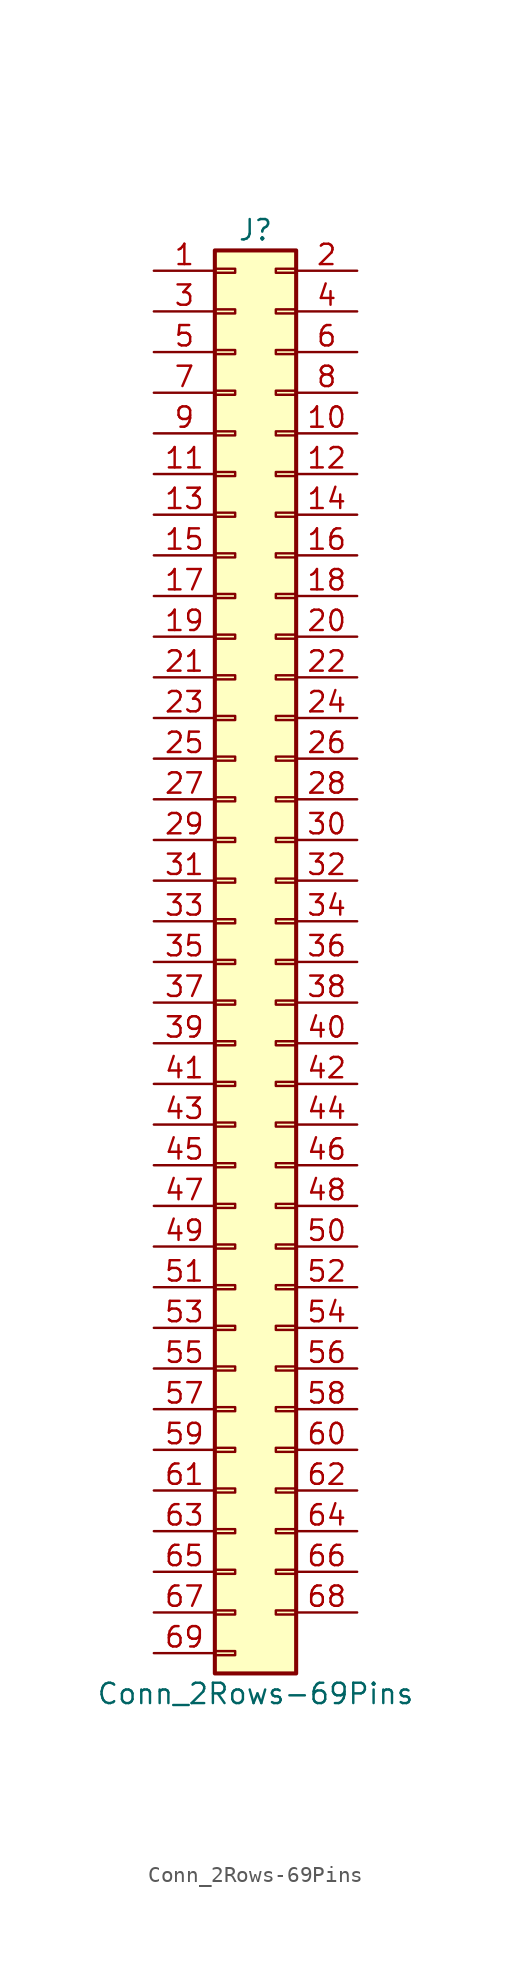
<source format=kicad_sym>
(kicad_symbol_lib
  (version 20201005)
  (generator kicad_symbol_editor)
  (symbol "Conn_2Rows-69Pins"
    (pin_names
      (offset 1.016) hide)
    (property "Reference" "J"
      (at 1.27 45.72 0)
      (effects (font (size 1.27 1.27))))
    (property "Value" "Conn_2Rows-69Pins"
      (at 1.27 -45.72 0)
      (effects (font (size 1.27 1.27))))
    (symbol "Conn_2Rows-69Pins_1_1"
      (rectangle (start -1.27 -43.053) (end 0 -43.307) (stroke (width 0.152)) (fill (type none)))
      (rectangle (start -1.27 -40.513) (end 0 -40.767) (stroke (width 0.152)) (fill (type none)))
      (rectangle (start -1.27 -37.973) (end 0 -38.227) (stroke (width 0.152)) (fill (type none)))
      (rectangle (start -1.27 -35.433) (end 0 -35.687) (stroke (width 0.152)) (fill (type none)))
      (rectangle (start -1.27 -32.893) (end 0 -33.147) (stroke (width 0.152)) (fill (type none)))
      (rectangle (start -1.27 -30.353) (end 0 -30.607) (stroke (width 0.152)) (fill (type none)))
      (rectangle (start -1.27 -27.813) (end 0 -28.067) (stroke (width 0.152)) (fill (type none)))
      (rectangle (start -1.27 -25.273) (end 0 -25.527) (stroke (width 0.152)) (fill (type none)))
      (rectangle (start -1.27 -22.733) (end 0 -22.987) (stroke (width 0.152)) (fill (type none)))
      (rectangle (start -1.27 -20.193) (end 0 -20.447) (stroke (width 0.152)) (fill (type none)))
      (rectangle (start -1.27 -17.653) (end 0 -17.907) (stroke (width 0.152)) (fill (type none)))
      (rectangle (start -1.27 -15.113) (end 0 -15.367) (stroke (width 0.152)) (fill (type none)))
      (rectangle (start -1.27 -12.573) (end 0 -12.827) (stroke (width 0.152)) (fill (type none)))
      (rectangle (start -1.27 -10.033) (end 0 -10.287) (stroke (width 0.152)) (fill (type none)))
      (rectangle (start -1.27 -7.493) (end 0 -7.747) (stroke (width 0.152)) (fill (type none)))
      (rectangle (start -1.27 -4.953) (end 0 -5.207) (stroke (width 0.152)) (fill (type none)))
      (rectangle (start -1.27 -2.413) (end 0 -2.667) (stroke (width 0.152)) (fill (type none)))
      (rectangle (start -1.27 0.127) (end 0 -0.127) (stroke (width 0.152)) (fill (type none)))
      (rectangle (start -1.27 2.667) (end 0 2.413) (stroke (width 0.152)) (fill (type none)))
      (rectangle (start -1.27 5.207) (end 0 4.953) (stroke (width 0.152)) (fill (type none)))
      (rectangle (start -1.27 7.747) (end 0 7.493) (stroke (width 0.152)) (fill (type none)))
      (rectangle (start -1.27 10.287) (end 0 10.033) (stroke (width 0.152)) (fill (type none)))
      (rectangle (start -1.27 12.827) (end 0 12.573) (stroke (width 0.152)) (fill (type none)))
      (rectangle (start -1.27 15.367) (end 0 15.113) (stroke (width 0.152)) (fill (type none)))
      (rectangle (start -1.27 17.907) (end 0 17.653) (stroke (width 0.152)) (fill (type none)))
      (rectangle (start -1.27 20.447) (end 0 20.193) (stroke (width 0.152)) (fill (type none)))
      (rectangle (start -1.27 22.987) (end 0 22.733) (stroke (width 0.152)) (fill (type none)))
      (rectangle (start -1.27 25.527) (end 0 25.273) (stroke (width 0.152)) (fill (type none)))
      (rectangle (start -1.27 28.067) (end 0 27.813) (stroke (width 0.152)) (fill (type none)))
      (rectangle (start -1.27 30.607) (end 0 30.353) (stroke (width 0.152)) (fill (type none)))
      (rectangle (start -1.27 33.147) (end 0 32.893) (stroke (width 0.152)) (fill (type none)))
      (rectangle (start -1.27 35.687) (end 0 35.433) (stroke (width 0.152)) (fill (type none)))
      (rectangle (start -1.27 38.227) (end 0 37.973) (stroke (width 0.152)) (fill (type none)))
      (rectangle (start -1.27 40.767) (end 0 40.513) (stroke (width 0.152)) (fill (type none)))
      (rectangle (start -1.27 43.307) (end 0 43.053) (stroke (width 0.152)) (fill (type none)))
      (rectangle (start 3.81 -40.513) (end 2.54 -40.767) (stroke (width 0.152)) (fill (type none)))
      (rectangle (start 3.81 -37.973) (end 2.54 -38.227) (stroke (width 0.152)) (fill (type none)))
      (rectangle (start 3.81 -35.433) (end 2.54 -35.687) (stroke (width 0.152)) (fill (type none)))
      (rectangle (start 3.81 -32.893) (end 2.54 -33.147) (stroke (width 0.152)) (fill (type none)))
      (rectangle (start 3.81 -30.353) (end 2.54 -30.607) (stroke (width 0.152)) (fill (type none)))
      (rectangle (start 3.81 -27.813) (end 2.54 -28.067) (stroke (width 0.152)) (fill (type none)))
      (rectangle (start 3.81 -25.273) (end 2.54 -25.527) (stroke (width 0.152)) (fill (type none)))
      (rectangle (start 3.81 -22.733) (end 2.54 -22.987) (stroke (width 0.152)) (fill (type none)))
      (rectangle (start 3.81 -20.193) (end 2.54 -20.447) (stroke (width 0.152)) (fill (type none)))
      (rectangle (start 3.81 -17.653) (end 2.54 -17.907) (stroke (width 0.152)) (fill (type none)))
      (rectangle (start 3.81 -15.113) (end 2.54 -15.367) (stroke (width 0.152)) (fill (type none)))
      (rectangle (start 3.81 -12.573) (end 2.54 -12.827) (stroke (width 0.152)) (fill (type none)))
      (rectangle (start 3.81 -10.033) (end 2.54 -10.287) (stroke (width 0.152)) (fill (type none)))
      (rectangle (start 3.81 -7.493) (end 2.54 -7.747) (stroke (width 0.152)) (fill (type none)))
      (rectangle (start 3.81 -4.953) (end 2.54 -5.207) (stroke (width 0.152)) (fill (type none)))
      (rectangle (start 3.81 -2.413) (end 2.54 -2.667) (stroke (width 0.152)) (fill (type none)))
      (rectangle (start 3.81 0.127) (end 2.54 -0.127) (stroke (width 0.152)) (fill (type none)))
      (rectangle (start 3.81 2.667) (end 2.54 2.413) (stroke (width 0.152)) (fill (type none)))
      (rectangle (start 3.81 5.207) (end 2.54 4.953) (stroke (width 0.152)) (fill (type none)))
      (rectangle (start 3.81 7.747) (end 2.54 7.493) (stroke (width 0.152)) (fill (type none)))
      (rectangle (start 3.81 10.287) (end 2.54 10.033) (stroke (width 0.152)) (fill (type none)))
      (rectangle (start 3.81 12.827) (end 2.54 12.573) (stroke (width 0.152)) (fill (type none)))
      (rectangle (start 3.81 15.367) (end 2.54 15.113) (stroke (width 0.152)) (fill (type none)))
      (rectangle (start 3.81 17.907) (end 2.54 17.653) (stroke (width 0.152)) (fill (type none)))
      (rectangle (start 3.81 20.447) (end 2.54 20.193) (stroke (width 0.152)) (fill (type none)))
      (rectangle (start 3.81 22.987) (end 2.54 22.733) (stroke (width 0.152)) (fill (type none)))
      (rectangle (start 3.81 25.527) (end 2.54 25.273) (stroke (width 0.152)) (fill (type none)))
      (rectangle (start 3.81 28.067) (end 2.54 27.813) (stroke (width 0.152)) (fill (type none)))
      (rectangle (start 3.81 30.607) (end 2.54 30.353) (stroke (width 0.152)) (fill (type none)))
      (rectangle (start 3.81 33.147) (end 2.54 32.893) (stroke (width 0.152)) (fill (type none)))
      (rectangle (start 3.81 35.687) (end 2.54 35.433) (stroke (width 0.152)) (fill (type none)))
      (rectangle (start 3.81 38.227) (end 2.54 37.973) (stroke (width 0.152)) (fill (type none)))
      (rectangle (start 3.81 40.767) (end 2.54 40.513) (stroke (width 0.152)) (fill (type none)))
      (rectangle (start 3.81 43.307) (end 2.54 43.053) (stroke (width 0.152)) (fill (type none)))
      (rectangle (start -1.27 44.45) (end 3.81 -44.45) (stroke (width 0.254)) (fill (type background)))
      (pin passive line (at -5.08 43.18 0) (length 3.81) (name "Pin_1" (effects (font (size 1.27 1.27)))) (number "1" (effects (font (size 1.27 1.27)))))
      (pin passive line (at 7.62 33.02 180) (length 3.81) (name "Pin_10" (effects (font (size 1.27 1.27)))) (number "10" (effects (font (size 1.27 1.27)))))
      (pin passive line (at -5.08 30.48 0) (length 3.81) (name "Pin_11" (effects (font (size 1.27 1.27)))) (number "11" (effects (font (size 1.27 1.27)))))
      (pin passive line (at 7.62 30.48 180) (length 3.81) (name "Pin_12" (effects (font (size 1.27 1.27)))) (number "12" (effects (font (size 1.27 1.27)))))
      (pin passive line (at -5.08 27.94 0) (length 3.81) (name "Pin_13" (effects (font (size 1.27 1.27)))) (number "13" (effects (font (size 1.27 1.27)))))
      (pin passive line (at 7.62 27.94 180) (length 3.81) (name "Pin_14" (effects (font (size 1.27 1.27)))) (number "14" (effects (font (size 1.27 1.27)))))
      (pin passive line (at -5.08 25.4 0) (length 3.81) (name "Pin_15" (effects (font (size 1.27 1.27)))) (number "15" (effects (font (size 1.27 1.27)))))
      (pin passive line (at 7.62 25.4 180) (length 3.81) (name "Pin_16" (effects (font (size 1.27 1.27)))) (number "16" (effects (font (size 1.27 1.27)))))
      (pin passive line (at -5.08 22.86 0) (length 3.81) (name "Pin_17" (effects (font (size 1.27 1.27)))) (number "17" (effects (font (size 1.27 1.27)))))
      (pin passive line (at 7.62 22.86 180) (length 3.81) (name "Pin_18" (effects (font (size 1.27 1.27)))) (number "18" (effects (font (size 1.27 1.27)))))
      (pin passive line (at -5.08 20.32 0) (length 3.81) (name "Pin_19" (effects (font (size 1.27 1.27)))) (number "19" (effects (font (size 1.27 1.27)))))
      (pin passive line (at 7.62 43.18 180) (length 3.81) (name "Pin_2" (effects (font (size 1.27 1.27)))) (number "2" (effects (font (size 1.27 1.27)))))
      (pin passive line (at 7.62 20.32 180) (length 3.81) (name "Pin_20" (effects (font (size 1.27 1.27)))) (number "20" (effects (font (size 1.27 1.27)))))
      (pin passive line (at -5.08 17.78 0) (length 3.81) (name "Pin_21" (effects (font (size 1.27 1.27)))) (number "21" (effects (font (size 1.27 1.27)))))
      (pin passive line (at 7.62 17.78 180) (length 3.81) (name "Pin_22" (effects (font (size 1.27 1.27)))) (number "22" (effects (font (size 1.27 1.27)))))
      (pin passive line (at -5.08 15.24 0) (length 3.81) (name "Pin_23" (effects (font (size 1.27 1.27)))) (number "23" (effects (font (size 1.27 1.27)))))
      (pin passive line (at 7.62 15.24 180) (length 3.81) (name "Pin_24" (effects (font (size 1.27 1.27)))) (number "24" (effects (font (size 1.27 1.27)))))
      (pin passive line (at -5.08 12.7 0) (length 3.81) (name "Pin_25" (effects (font (size 1.27 1.27)))) (number "25" (effects (font (size 1.27 1.27)))))
      (pin passive line (at 7.62 12.7 180) (length 3.81) (name "Pin_26" (effects (font (size 1.27 1.27)))) (number "26" (effects (font (size 1.27 1.27)))))
      (pin passive line (at -5.08 10.16 0) (length 3.81) (name "Pin_27" (effects (font (size 1.27 1.27)))) (number "27" (effects (font (size 1.27 1.27)))))
      (pin passive line (at 7.62 10.16 180) (length 3.81) (name "Pin_28" (effects (font (size 1.27 1.27)))) (number "28" (effects (font (size 1.27 1.27)))))
      (pin passive line (at -5.08 7.62 0) (length 3.81) (name "Pin_29" (effects (font (size 1.27 1.27)))) (number "29" (effects (font (size 1.27 1.27)))))
      (pin passive line (at -5.08 40.64 0) (length 3.81) (name "Pin_3" (effects (font (size 1.27 1.27)))) (number "3" (effects (font (size 1.27 1.27)))))
      (pin passive line (at 7.62 7.62 180) (length 3.81) (name "Pin_30" (effects (font (size 1.27 1.27)))) (number "30" (effects (font (size 1.27 1.27)))))
      (pin passive line (at -5.08 5.08 0) (length 3.81) (name "Pin_31" (effects (font (size 1.27 1.27)))) (number "31" (effects (font (size 1.27 1.27)))))
      (pin passive line (at 7.62 5.08 180) (length 3.81) (name "Pin_32" (effects (font (size 1.27 1.27)))) (number "32" (effects (font (size 1.27 1.27)))))
      (pin passive line (at -5.08 2.54 0) (length 3.81) (name "Pin_33" (effects (font (size 1.27 1.27)))) (number "33" (effects (font (size 1.27 1.27)))))
      (pin passive line (at 7.62 2.54 180) (length 3.81) (name "Pin_34" (effects (font (size 1.27 1.27)))) (number "34" (effects (font (size 1.27 1.27)))))
      (pin passive line (at -5.08 0 0) (length 3.81) (name "Pin_35" (effects (font (size 1.27 1.27)))) (number "35" (effects (font (size 1.27 1.27)))))
      (pin passive line (at 7.62 0 180) (length 3.81) (name "Pin_36" (effects (font (size 1.27 1.27)))) (number "36" (effects (font (size 1.27 1.27)))))
      (pin passive line (at -5.08 -2.54 0) (length 3.81) (name "Pin_37" (effects (font (size 1.27 1.27)))) (number "37" (effects (font (size 1.27 1.27)))))
      (pin passive line (at 7.62 -2.54 180) (length 3.81) (name "Pin_38" (effects (font (size 1.27 1.27)))) (number "38" (effects (font (size 1.27 1.27)))))
      (pin passive line (at -5.08 -5.08 0) (length 3.81) (name "Pin_39" (effects (font (size 1.27 1.27)))) (number "39" (effects (font (size 1.27 1.27)))))
      (pin passive line (at 7.62 40.64 180) (length 3.81) (name "Pin_4" (effects (font (size 1.27 1.27)))) (number "4" (effects (font (size 1.27 1.27)))))
      (pin passive line (at 7.62 -5.08 180) (length 3.81) (name "Pin_40" (effects (font (size 1.27 1.27)))) (number "40" (effects (font (size 1.27 1.27)))))
      (pin passive line (at -5.08 -7.62 0) (length 3.81) (name "Pin_41" (effects (font (size 1.27 1.27)))) (number "41" (effects (font (size 1.27 1.27)))))
      (pin passive line (at 7.62 -7.62 180) (length 3.81) (name "Pin_42" (effects (font (size 1.27 1.27)))) (number "42" (effects (font (size 1.27 1.27)))))
      (pin passive line (at -5.08 -10.16 0) (length 3.81) (name "Pin_43" (effects (font (size 1.27 1.27)))) (number "43" (effects (font (size 1.27 1.27)))))
      (pin passive line (at 7.62 -10.16 180) (length 3.81) (name "Pin_44" (effects (font (size 1.27 1.27)))) (number "44" (effects (font (size 1.27 1.27)))))
      (pin passive line (at -5.08 -12.7 0) (length 3.81) (name "Pin_45" (effects (font (size 1.27 1.27)))) (number "45" (effects (font (size 1.27 1.27)))))
      (pin passive line (at 7.62 -12.7 180) (length 3.81) (name "Pin_46" (effects (font (size 1.27 1.27)))) (number "46" (effects (font (size 1.27 1.27)))))
      (pin passive line (at -5.08 -15.24 0) (length 3.81) (name "Pin_47" (effects (font (size 1.27 1.27)))) (number "47" (effects (font (size 1.27 1.27)))))
      (pin passive line (at 7.62 -15.24 180) (length 3.81) (name "Pin_48" (effects (font (size 1.27 1.27)))) (number "48" (effects (font (size 1.27 1.27)))))
      (pin passive line (at -5.08 -17.78 0) (length 3.81) (name "Pin_49" (effects (font (size 1.27 1.27)))) (number "49" (effects (font (size 1.27 1.27)))))
      (pin passive line (at -5.08 38.1 0) (length 3.81) (name "Pin_5" (effects (font (size 1.27 1.27)))) (number "5" (effects (font (size 1.27 1.27)))))
      (pin passive line (at 7.62 -17.78 180) (length 3.81) (name "Pin_50" (effects (font (size 1.27 1.27)))) (number "50" (effects (font (size 1.27 1.27)))))
      (pin passive line (at -5.08 -20.32 0) (length 3.81) (name "Pin_51" (effects (font (size 1.27 1.27)))) (number "51" (effects (font (size 1.27 1.27)))))
      (pin passive line (at 7.62 -20.32 180) (length 3.81) (name "Pin_52" (effects (font (size 1.27 1.27)))) (number "52" (effects (font (size 1.27 1.27)))))
      (pin passive line (at -5.08 -22.86 0) (length 3.81) (name "Pin_53" (effects (font (size 1.27 1.27)))) (number "53" (effects (font (size 1.27 1.27)))))
      (pin passive line (at 7.62 -22.86 180) (length 3.81) (name "Pin_54" (effects (font (size 1.27 1.27)))) (number "54" (effects (font (size 1.27 1.27)))))
      (pin passive line (at -5.08 -25.4 0) (length 3.81) (name "Pin_55" (effects (font (size 1.27 1.27)))) (number "55" (effects (font (size 1.27 1.27)))))
      (pin passive line (at 7.62 -25.4 180) (length 3.81) (name "Pin_56" (effects (font (size 1.27 1.27)))) (number "56" (effects (font (size 1.27 1.27)))))
      (pin passive line (at -5.08 -27.94 0) (length 3.81) (name "Pin_57" (effects (font (size 1.27 1.27)))) (number "57" (effects (font (size 1.27 1.27)))))
      (pin passive line (at 7.62 -27.94 180) (length 3.81) (name "Pin_58" (effects (font (size 1.27 1.27)))) (number "58" (effects (font (size 1.27 1.27)))))
      (pin passive line (at -5.08 -30.48 0) (length 3.81) (name "Pin_59" (effects (font (size 1.27 1.27)))) (number "59" (effects (font (size 1.27 1.27)))))
      (pin passive line (at 7.62 38.1 180) (length 3.81) (name "Pin_6" (effects (font (size 1.27 1.27)))) (number "6" (effects (font (size 1.27 1.27)))))
      (pin passive line (at 7.62 -30.48 180) (length 3.81) (name "Pin_60" (effects (font (size 1.27 1.27)))) (number "60" (effects (font (size 1.27 1.27)))))
      (pin passive line (at -5.08 -33.02 0) (length 3.81) (name "Pin_61" (effects (font (size 1.27 1.27)))) (number "61" (effects (font (size 1.27 1.27)))))
      (pin passive line (at 7.62 -33.02 180) (length 3.81) (name "Pin_62" (effects (font (size 1.27 1.27)))) (number "62" (effects (font (size 1.27 1.27)))))
      (pin passive line (at -5.08 -35.56 0) (length 3.81) (name "Pin_63" (effects (font (size 1.27 1.27)))) (number "63" (effects (font (size 1.27 1.27)))))
      (pin passive line (at 7.62 -35.56 180) (length 3.81) (name "Pin_64" (effects (font (size 1.27 1.27)))) (number "64" (effects (font (size 1.27 1.27)))))
      (pin passive line (at -5.08 -38.1 0) (length 3.81) (name "Pin_65" (effects (font (size 1.27 1.27)))) (number "65" (effects (font (size 1.27 1.27)))))
      (pin passive line (at 7.62 -38.1 180) (length 3.81) (name "Pin_66" (effects (font (size 1.27 1.27)))) (number "66" (effects (font (size 1.27 1.27)))))
      (pin passive line (at -5.08 -40.64 0) (length 3.81) (name "Pin_67" (effects (font (size 1.27 1.27)))) (number "67" (effects (font (size 1.27 1.27)))))
      (pin passive line (at 7.62 -40.64 180) (length 3.81) (name "Pin_68" (effects (font (size 1.27 1.27)))) (number "68" (effects (font (size 1.27 1.27)))))
      (pin passive line (at -5.08 -43.18 0) (length 3.81) (name "Pin_69" (effects (font (size 1.27 1.27)))) (number "69" (effects (font (size 1.27 1.27)))))
      (pin passive line (at -5.08 35.56 0) (length 3.81) (name "Pin_7" (effects (font (size 1.27 1.27)))) (number "7" (effects (font (size 1.27 1.27)))))
      (pin passive line (at 7.62 35.56 180) (length 3.81) (name "Pin_8" (effects (font (size 1.27 1.27)))) (number "8" (effects (font (size 1.27 1.27)))))
      (pin passive line (at -5.08 33.02 0) (length 3.81) (name "Pin_9" (effects (font (size 1.27 1.27)))) (number "9" (effects (font (size 1.27 1.27))))))))
</source>
